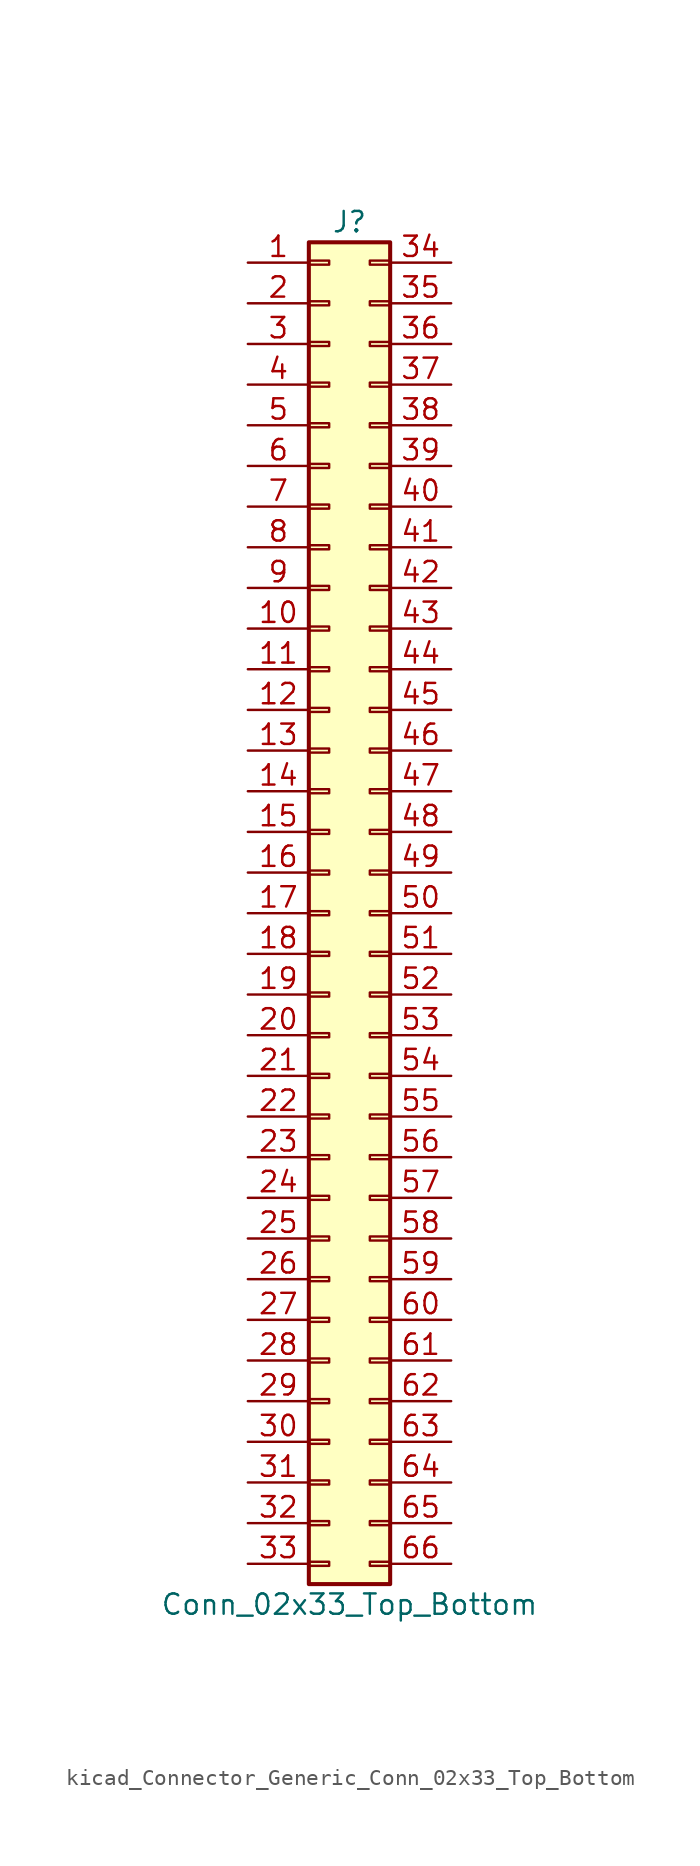
<source format=kicad_sym>
(kicad_symbol_lib
  (version 20220914)
  (generator kicad_symbol_editor)
  (symbol "kicad_Connector_Generic_Conn_02x33_Top_Bottom"
    (pin_names
      (offset 1.016) hide)
    (property "Reference" "J"
      (at 1.27 43.18 0)
      (effects (font (size 1.27 1.27))))
    (property "Value" "Conn_02x33_Top_Bottom"
      (at 1.27 -43.18 0)
      (effects (font (size 1.27 1.27))))
    (symbol "kicad_Connector_Generic_Conn_02x33_Top_Bottom_1_1"
      (rectangle (start -1.27 -40.513) (end 0 -40.767) (stroke (width 0.152) (type default)) (fill (type none)))
      (rectangle (start -1.27 -37.973) (end 0 -38.227) (stroke (width 0.152) (type default)) (fill (type none)))
      (rectangle (start -1.27 -35.433) (end 0 -35.687) (stroke (width 0.152) (type default)) (fill (type none)))
      (rectangle (start -1.27 -32.893) (end 0 -33.147) (stroke (width 0.152) (type default)) (fill (type none)))
      (rectangle (start -1.27 -30.353) (end 0 -30.607) (stroke (width 0.152) (type default)) (fill (type none)))
      (rectangle (start -1.27 -27.813) (end 0 -28.067) (stroke (width 0.152) (type default)) (fill (type none)))
      (rectangle (start -1.27 -25.273) (end 0 -25.527) (stroke (width 0.152) (type default)) (fill (type none)))
      (rectangle (start -1.27 -22.733) (end 0 -22.987) (stroke (width 0.152) (type default)) (fill (type none)))
      (rectangle (start -1.27 -20.193) (end 0 -20.447) (stroke (width 0.152) (type default)) (fill (type none)))
      (rectangle (start -1.27 -17.653) (end 0 -17.907) (stroke (width 0.152) (type default)) (fill (type none)))
      (rectangle (start -1.27 -15.113) (end 0 -15.367) (stroke (width 0.152) (type default)) (fill (type none)))
      (rectangle (start -1.27 -12.573) (end 0 -12.827) (stroke (width 0.152) (type default)) (fill (type none)))
      (rectangle (start -1.27 -10.033) (end 0 -10.287) (stroke (width 0.152) (type default)) (fill (type none)))
      (rectangle (start -1.27 -7.493) (end 0 -7.747) (stroke (width 0.152) (type default)) (fill (type none)))
      (rectangle (start -1.27 -4.953) (end 0 -5.207) (stroke (width 0.152) (type default)) (fill (type none)))
      (rectangle (start -1.27 -2.413) (end 0 -2.667) (stroke (width 0.152) (type default)) (fill (type none)))
      (rectangle (start -1.27 0.127) (end 0 -0.127) (stroke (width 0.152) (type default)) (fill (type none)))
      (rectangle (start -1.27 2.667) (end 0 2.413) (stroke (width 0.152) (type default)) (fill (type none)))
      (rectangle (start -1.27 5.207) (end 0 4.953) (stroke (width 0.152) (type default)) (fill (type none)))
      (rectangle (start -1.27 7.747) (end 0 7.493) (stroke (width 0.152) (type default)) (fill (type none)))
      (rectangle (start -1.27 10.287) (end 0 10.033) (stroke (width 0.152) (type default)) (fill (type none)))
      (rectangle (start -1.27 12.827) (end 0 12.573) (stroke (width 0.152) (type default)) (fill (type none)))
      (rectangle (start -1.27 15.367) (end 0 15.113) (stroke (width 0.152) (type default)) (fill (type none)))
      (rectangle (start -1.27 17.907) (end 0 17.653) (stroke (width 0.152) (type default)) (fill (type none)))
      (rectangle (start -1.27 20.447) (end 0 20.193) (stroke (width 0.152) (type default)) (fill (type none)))
      (rectangle (start -1.27 22.987) (end 0 22.733) (stroke (width 0.152) (type default)) (fill (type none)))
      (rectangle (start -1.27 25.527) (end 0 25.273) (stroke (width 0.152) (type default)) (fill (type none)))
      (rectangle (start -1.27 28.067) (end 0 27.813) (stroke (width 0.152) (type default)) (fill (type none)))
      (rectangle (start -1.27 30.607) (end 0 30.353) (stroke (width 0.152) (type default)) (fill (type none)))
      (rectangle (start -1.27 33.147) (end 0 32.893) (stroke (width 0.152) (type default)) (fill (type none)))
      (rectangle (start -1.27 35.687) (end 0 35.433) (stroke (width 0.152) (type default)) (fill (type none)))
      (rectangle (start -1.27 38.227) (end 0 37.973) (stroke (width 0.152) (type default)) (fill (type none)))
      (rectangle (start -1.27 40.767) (end 0 40.513) (stroke (width 0.152) (type default)) (fill (type none)))
      (rectangle (start -1.27 41.91) (end 3.81 -41.91) (stroke (width 0.254) (type default)) (fill (type background)))
      (rectangle (start 3.81 -40.513) (end 2.54 -40.767) (stroke (width 0.152) (type default)) (fill (type none)))
      (rectangle (start 3.81 -37.973) (end 2.54 -38.227) (stroke (width 0.152) (type default)) (fill (type none)))
      (rectangle (start 3.81 -35.433) (end 2.54 -35.687) (stroke (width 0.152) (type default)) (fill (type none)))
      (rectangle (start 3.81 -32.893) (end 2.54 -33.147) (stroke (width 0.152) (type default)) (fill (type none)))
      (rectangle (start 3.81 -30.353) (end 2.54 -30.607) (stroke (width 0.152) (type default)) (fill (type none)))
      (rectangle (start 3.81 -27.813) (end 2.54 -28.067) (stroke (width 0.152) (type default)) (fill (type none)))
      (rectangle (start 3.81 -25.273) (end 2.54 -25.527) (stroke (width 0.152) (type default)) (fill (type none)))
      (rectangle (start 3.81 -22.733) (end 2.54 -22.987) (stroke (width 0.152) (type default)) (fill (type none)))
      (rectangle (start 3.81 -20.193) (end 2.54 -20.447) (stroke (width 0.152) (type default)) (fill (type none)))
      (rectangle (start 3.81 -17.653) (end 2.54 -17.907) (stroke (width 0.152) (type default)) (fill (type none)))
      (rectangle (start 3.81 -15.113) (end 2.54 -15.367) (stroke (width 0.152) (type default)) (fill (type none)))
      (rectangle (start 3.81 -12.573) (end 2.54 -12.827) (stroke (width 0.152) (type default)) (fill (type none)))
      (rectangle (start 3.81 -10.033) (end 2.54 -10.287) (stroke (width 0.152) (type default)) (fill (type none)))
      (rectangle (start 3.81 -7.493) (end 2.54 -7.747) (stroke (width 0.152) (type default)) (fill (type none)))
      (rectangle (start 3.81 -4.953) (end 2.54 -5.207) (stroke (width 0.152) (type default)) (fill (type none)))
      (rectangle (start 3.81 -2.413) (end 2.54 -2.667) (stroke (width 0.152) (type default)) (fill (type none)))
      (rectangle (start 3.81 0.127) (end 2.54 -0.127) (stroke (width 0.152) (type default)) (fill (type none)))
      (rectangle (start 3.81 2.667) (end 2.54 2.413) (stroke (width 0.152) (type default)) (fill (type none)))
      (rectangle (start 3.81 5.207) (end 2.54 4.953) (stroke (width 0.152) (type default)) (fill (type none)))
      (rectangle (start 3.81 7.747) (end 2.54 7.493) (stroke (width 0.152) (type default)) (fill (type none)))
      (rectangle (start 3.81 10.287) (end 2.54 10.033) (stroke (width 0.152) (type default)) (fill (type none)))
      (rectangle (start 3.81 12.827) (end 2.54 12.573) (stroke (width 0.152) (type default)) (fill (type none)))
      (rectangle (start 3.81 15.367) (end 2.54 15.113) (stroke (width 0.152) (type default)) (fill (type none)))
      (rectangle (start 3.81 17.907) (end 2.54 17.653) (stroke (width 0.152) (type default)) (fill (type none)))
      (rectangle (start 3.81 20.447) (end 2.54 20.193) (stroke (width 0.152) (type default)) (fill (type none)))
      (rectangle (start 3.81 22.987) (end 2.54 22.733) (stroke (width 0.152) (type default)) (fill (type none)))
      (rectangle (start 3.81 25.527) (end 2.54 25.273) (stroke (width 0.152) (type default)) (fill (type none)))
      (rectangle (start 3.81 28.067) (end 2.54 27.813) (stroke (width 0.152) (type default)) (fill (type none)))
      (rectangle (start 3.81 30.607) (end 2.54 30.353) (stroke (width 0.152) (type default)) (fill (type none)))
      (rectangle (start 3.81 33.147) (end 2.54 32.893) (stroke (width 0.152) (type default)) (fill (type none)))
      (rectangle (start 3.81 35.687) (end 2.54 35.433) (stroke (width 0.152) (type default)) (fill (type none)))
      (rectangle (start 3.81 38.227) (end 2.54 37.973) (stroke (width 0.152) (type default)) (fill (type none)))
      (rectangle (start 3.81 40.767) (end 2.54 40.513) (stroke (width 0.152) (type default)) (fill (type none)))
      (pin passive line (at -5.08 40.64 0) (length 3.81) (name "Pin_1" (effects (font (size 1.27 1.27)))) (number "1" (effects (font (size 1.27 1.27)))))
      (pin passive line (at -5.08 17.78 0) (length 3.81) (name "Pin_10" (effects (font (size 1.27 1.27)))) (number "10" (effects (font (size 1.27 1.27)))))
      (pin passive line (at -5.08 15.24 0) (length 3.81) (name "Pin_11" (effects (font (size 1.27 1.27)))) (number "11" (effects (font (size 1.27 1.27)))))
      (pin passive line (at -5.08 12.7 0) (length 3.81) (name "Pin_12" (effects (font (size 1.27 1.27)))) (number "12" (effects (font (size 1.27 1.27)))))
      (pin passive line (at -5.08 10.16 0) (length 3.81) (name "Pin_13" (effects (font (size 1.27 1.27)))) (number "13" (effects (font (size 1.27 1.27)))))
      (pin passive line (at -5.08 7.62 0) (length 3.81) (name "Pin_14" (effects (font (size 1.27 1.27)))) (number "14" (effects (font (size 1.27 1.27)))))
      (pin passive line (at -5.08 5.08 0) (length 3.81) (name "Pin_15" (effects (font (size 1.27 1.27)))) (number "15" (effects (font (size 1.27 1.27)))))
      (pin passive line (at -5.08 2.54 0) (length 3.81) (name "Pin_16" (effects (font (size 1.27 1.27)))) (number "16" (effects (font (size 1.27 1.27)))))
      (pin passive line (at -5.08 0 0) (length 3.81) (name "Pin_17" (effects (font (size 1.27 1.27)))) (number "17" (effects (font (size 1.27 1.27)))))
      (pin passive line (at -5.08 -2.54 0) (length 3.81) (name "Pin_18" (effects (font (size 1.27 1.27)))) (number "18" (effects (font (size 1.27 1.27)))))
      (pin passive line (at -5.08 -5.08 0) (length 3.81) (name "Pin_19" (effects (font (size 1.27 1.27)))) (number "19" (effects (font (size 1.27 1.27)))))
      (pin passive line (at -5.08 38.1 0) (length 3.81) (name "Pin_2" (effects (font (size 1.27 1.27)))) (number "2" (effects (font (size 1.27 1.27)))))
      (pin passive line (at -5.08 -7.62 0) (length 3.81) (name "Pin_20" (effects (font (size 1.27 1.27)))) (number "20" (effects (font (size 1.27 1.27)))))
      (pin passive line (at -5.08 -10.16 0) (length 3.81) (name "Pin_21" (effects (font (size 1.27 1.27)))) (number "21" (effects (font (size 1.27 1.27)))))
      (pin passive line (at -5.08 -12.7 0) (length 3.81) (name "Pin_22" (effects (font (size 1.27 1.27)))) (number "22" (effects (font (size 1.27 1.27)))))
      (pin passive line (at -5.08 -15.24 0) (length 3.81) (name "Pin_23" (effects (font (size 1.27 1.27)))) (number "23" (effects (font (size 1.27 1.27)))))
      (pin passive line (at -5.08 -17.78 0) (length 3.81) (name "Pin_24" (effects (font (size 1.27 1.27)))) (number "24" (effects (font (size 1.27 1.27)))))
      (pin passive line (at -5.08 -20.32 0) (length 3.81) (name "Pin_25" (effects (font (size 1.27 1.27)))) (number "25" (effects (font (size 1.27 1.27)))))
      (pin passive line (at -5.08 -22.86 0) (length 3.81) (name "Pin_26" (effects (font (size 1.27 1.27)))) (number "26" (effects (font (size 1.27 1.27)))))
      (pin passive line (at -5.08 -25.4 0) (length 3.81) (name "Pin_27" (effects (font (size 1.27 1.27)))) (number "27" (effects (font (size 1.27 1.27)))))
      (pin passive line (at -5.08 -27.94 0) (length 3.81) (name "Pin_28" (effects (font (size 1.27 1.27)))) (number "28" (effects (font (size 1.27 1.27)))))
      (pin passive line (at -5.08 -30.48 0) (length 3.81) (name "Pin_29" (effects (font (size 1.27 1.27)))) (number "29" (effects (font (size 1.27 1.27)))))
      (pin passive line (at -5.08 35.56 0) (length 3.81) (name "Pin_3" (effects (font (size 1.27 1.27)))) (number "3" (effects (font (size 1.27 1.27)))))
      (pin passive line (at -5.08 -33.02 0) (length 3.81) (name "Pin_30" (effects (font (size 1.27 1.27)))) (number "30" (effects (font (size 1.27 1.27)))))
      (pin passive line (at -5.08 -35.56 0) (length 3.81) (name "Pin_31" (effects (font (size 1.27 1.27)))) (number "31" (effects (font (size 1.27 1.27)))))
      (pin passive line (at -5.08 -38.1 0) (length 3.81) (name "Pin_32" (effects (font (size 1.27 1.27)))) (number "32" (effects (font (size 1.27 1.27)))))
      (pin passive line (at -5.08 -40.64 0) (length 3.81) (name "Pin_33" (effects (font (size 1.27 1.27)))) (number "33" (effects (font (size 1.27 1.27)))))
      (pin passive line (at 7.62 40.64 180) (length 3.81) (name "Pin_34" (effects (font (size 1.27 1.27)))) (number "34" (effects (font (size 1.27 1.27)))))
      (pin passive line (at 7.62 38.1 180) (length 3.81) (name "Pin_35" (effects (font (size 1.27 1.27)))) (number "35" (effects (font (size 1.27 1.27)))))
      (pin passive line (at 7.62 35.56 180) (length 3.81) (name "Pin_36" (effects (font (size 1.27 1.27)))) (number "36" (effects (font (size 1.27 1.27)))))
      (pin passive line (at 7.62 33.02 180) (length 3.81) (name "Pin_37" (effects (font (size 1.27 1.27)))) (number "37" (effects (font (size 1.27 1.27)))))
      (pin passive line (at 7.62 30.48 180) (length 3.81) (name "Pin_38" (effects (font (size 1.27 1.27)))) (number "38" (effects (font (size 1.27 1.27)))))
      (pin passive line (at 7.62 27.94 180) (length 3.81) (name "Pin_39" (effects (font (size 1.27 1.27)))) (number "39" (effects (font (size 1.27 1.27)))))
      (pin passive line (at -5.08 33.02 0) (length 3.81) (name "Pin_4" (effects (font (size 1.27 1.27)))) (number "4" (effects (font (size 1.27 1.27)))))
      (pin passive line (at 7.62 25.4 180) (length 3.81) (name "Pin_40" (effects (font (size 1.27 1.27)))) (number "40" (effects (font (size 1.27 1.27)))))
      (pin passive line (at 7.62 22.86 180) (length 3.81) (name "Pin_41" (effects (font (size 1.27 1.27)))) (number "41" (effects (font (size 1.27 1.27)))))
      (pin passive line (at 7.62 20.32 180) (length 3.81) (name "Pin_42" (effects (font (size 1.27 1.27)))) (number "42" (effects (font (size 1.27 1.27)))))
      (pin passive line (at 7.62 17.78 180) (length 3.81) (name "Pin_43" (effects (font (size 1.27 1.27)))) (number "43" (effects (font (size 1.27 1.27)))))
      (pin passive line (at 7.62 15.24 180) (length 3.81) (name "Pin_44" (effects (font (size 1.27 1.27)))) (number "44" (effects (font (size 1.27 1.27)))))
      (pin passive line (at 7.62 12.7 180) (length 3.81) (name "Pin_45" (effects (font (size 1.27 1.27)))) (number "45" (effects (font (size 1.27 1.27)))))
      (pin passive line (at 7.62 10.16 180) (length 3.81) (name "Pin_46" (effects (font (size 1.27 1.27)))) (number "46" (effects (font (size 1.27 1.27)))))
      (pin passive line (at 7.62 7.62 180) (length 3.81) (name "Pin_47" (effects (font (size 1.27 1.27)))) (number "47" (effects (font (size 1.27 1.27)))))
      (pin passive line (at 7.62 5.08 180) (length 3.81) (name "Pin_48" (effects (font (size 1.27 1.27)))) (number "48" (effects (font (size 1.27 1.27)))))
      (pin passive line (at 7.62 2.54 180) (length 3.81) (name "Pin_49" (effects (font (size 1.27 1.27)))) (number "49" (effects (font (size 1.27 1.27)))))
      (pin passive line (at -5.08 30.48 0) (length 3.81) (name "Pin_5" (effects (font (size 1.27 1.27)))) (number "5" (effects (font (size 1.27 1.27)))))
      (pin passive line (at 7.62 0 180) (length 3.81) (name "Pin_50" (effects (font (size 1.27 1.27)))) (number "50" (effects (font (size 1.27 1.27)))))
      (pin passive line (at 7.62 -2.54 180) (length 3.81) (name "Pin_51" (effects (font (size 1.27 1.27)))) (number "51" (effects (font (size 1.27 1.27)))))
      (pin passive line (at 7.62 -5.08 180) (length 3.81) (name "Pin_52" (effects (font (size 1.27 1.27)))) (number "52" (effects (font (size 1.27 1.27)))))
      (pin passive line (at 7.62 -7.62 180) (length 3.81) (name "Pin_53" (effects (font (size 1.27 1.27)))) (number "53" (effects (font (size 1.27 1.27)))))
      (pin passive line (at 7.62 -10.16 180) (length 3.81) (name "Pin_54" (effects (font (size 1.27 1.27)))) (number "54" (effects (font (size 1.27 1.27)))))
      (pin passive line (at 7.62 -12.7 180) (length 3.81) (name "Pin_55" (effects (font (size 1.27 1.27)))) (number "55" (effects (font (size 1.27 1.27)))))
      (pin passive line (at 7.62 -15.24 180) (length 3.81) (name "Pin_56" (effects (font (size 1.27 1.27)))) (number "56" (effects (font (size 1.27 1.27)))))
      (pin passive line (at 7.62 -17.78 180) (length 3.81) (name "Pin_57" (effects (font (size 1.27 1.27)))) (number "57" (effects (font (size 1.27 1.27)))))
      (pin passive line (at 7.62 -20.32 180) (length 3.81) (name "Pin_58" (effects (font (size 1.27 1.27)))) (number "58" (effects (font (size 1.27 1.27)))))
      (pin passive line (at 7.62 -22.86 180) (length 3.81) (name "Pin_59" (effects (font (size 1.27 1.27)))) (number "59" (effects (font (size 1.27 1.27)))))
      (pin passive line (at -5.08 27.94 0) (length 3.81) (name "Pin_6" (effects (font (size 1.27 1.27)))) (number "6" (effects (font (size 1.27 1.27)))))
      (pin passive line (at 7.62 -25.4 180) (length 3.81) (name "Pin_60" (effects (font (size 1.27 1.27)))) (number "60" (effects (font (size 1.27 1.27)))))
      (pin passive line (at 7.62 -27.94 180) (length 3.81) (name "Pin_61" (effects (font (size 1.27 1.27)))) (number "61" (effects (font (size 1.27 1.27)))))
      (pin passive line (at 7.62 -30.48 180) (length 3.81) (name "Pin_62" (effects (font (size 1.27 1.27)))) (number "62" (effects (font (size 1.27 1.27)))))
      (pin passive line (at 7.62 -33.02 180) (length 3.81) (name "Pin_63" (effects (font (size 1.27 1.27)))) (number "63" (effects (font (size 1.27 1.27)))))
      (pin passive line (at 7.62 -35.56 180) (length 3.81) (name "Pin_64" (effects (font (size 1.27 1.27)))) (number "64" (effects (font (size 1.27 1.27)))))
      (pin passive line (at 7.62 -38.1 180) (length 3.81) (name "Pin_65" (effects (font (size 1.27 1.27)))) (number "65" (effects (font (size 1.27 1.27)))))
      (pin passive line (at 7.62 -40.64 180) (length 3.81) (name "Pin_66" (effects (font (size 1.27 1.27)))) (number "66" (effects (font (size 1.27 1.27)))))
      (pin passive line (at -5.08 25.4 0) (length 3.81) (name "Pin_7" (effects (font (size 1.27 1.27)))) (number "7" (effects (font (size 1.27 1.27)))))
      (pin passive line (at -5.08 22.86 0) (length 3.81) (name "Pin_8" (effects (font (size 1.27 1.27)))) (number "8" (effects (font (size 1.27 1.27)))))
      (pin passive line (at -5.08 20.32 0) (length 3.81) (name "Pin_9" (effects (font (size 1.27 1.27)))) (number "9" (effects (font (size 1.27 1.27))))))))
</source>
